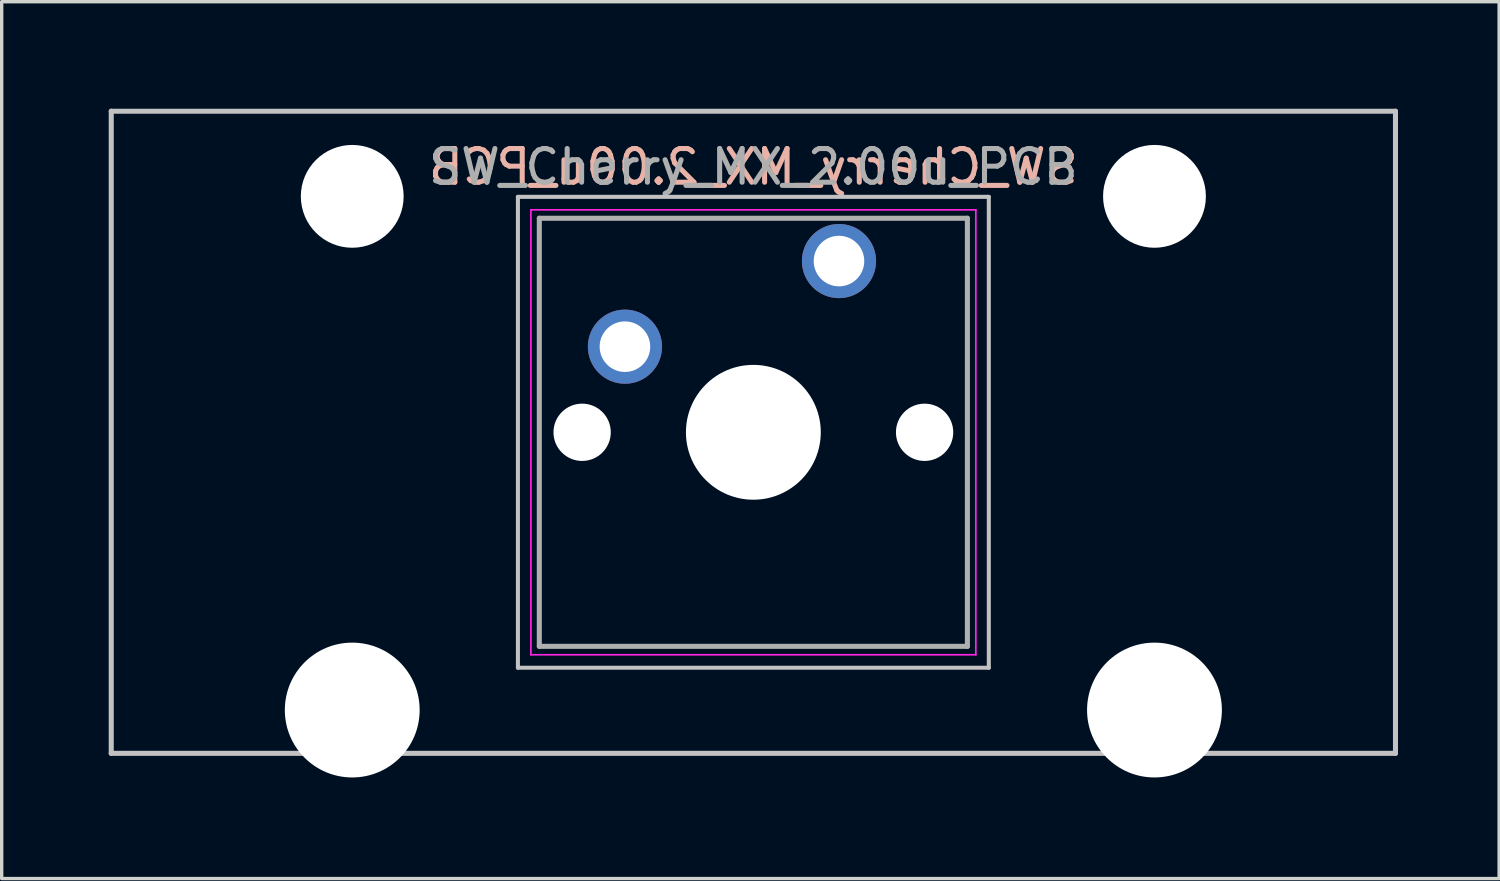
<source format=kicad_pcb>
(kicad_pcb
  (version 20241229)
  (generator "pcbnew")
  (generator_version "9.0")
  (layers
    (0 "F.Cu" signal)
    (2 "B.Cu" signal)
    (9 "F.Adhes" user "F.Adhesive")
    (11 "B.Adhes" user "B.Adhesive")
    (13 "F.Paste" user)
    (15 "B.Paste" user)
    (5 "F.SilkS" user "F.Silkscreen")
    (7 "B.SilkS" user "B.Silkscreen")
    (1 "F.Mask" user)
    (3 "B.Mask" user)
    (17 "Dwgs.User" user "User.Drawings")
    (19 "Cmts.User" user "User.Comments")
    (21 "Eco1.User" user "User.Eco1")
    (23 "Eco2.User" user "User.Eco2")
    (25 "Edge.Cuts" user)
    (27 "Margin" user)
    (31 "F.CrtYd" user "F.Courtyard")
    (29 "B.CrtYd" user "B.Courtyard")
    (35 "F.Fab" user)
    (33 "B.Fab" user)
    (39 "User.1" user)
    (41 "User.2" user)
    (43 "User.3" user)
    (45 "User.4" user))
  (footprint "SW_Cherry_MX_2.00u_PCB"
    (layer "F.Cu")
    (at 0.25 0.25)
    (property "Reference" "SW_Cherry_MX_2.00u_PCB" (at 19.05 1.651 0) (layer "B.SilkS") (effects (font (size 1 1) (thickness 0.15)) (justify mirror)))
    (attr through_hole)
    (fp_line (start 0 0) (end 38.1 0) (stroke (width 0.15) (type solid)) (layer "Dwgs.User"))
    (fp_line (start 0 19.05) (end 0 0) (stroke (width 0.15) (type solid)) (layer "Dwgs.User"))
    (fp_line (start 12.065 2.54) (end 26.035 2.54) (stroke (width 0.12) (type solid)) (layer "Dwgs.User"))
    (fp_line (start 12.065 16.51) (end 12.065 2.54) (stroke (width 0.12) (type solid)) (layer "Dwgs.User"))
    (fp_line (start 26.035 2.54) (end 26.035 16.51) (stroke (width 0.12) (type solid)) (layer "Dwgs.User"))
    (fp_line (start 26.035 16.51) (end 12.065 16.51) (stroke (width 0.12) (type solid)) (layer "Dwgs.User"))
    (fp_line (start 38.1 0) (end 38.1 19.05) (stroke (width 0.15) (type solid)) (layer "Dwgs.User"))
    (fp_line (start 38.1 19.05) (end 0 19.05) (stroke (width 0.15) (type solid)) (layer "Dwgs.User"))
    (fp_line (start 12.45 2.925) (end 25.65 2.925) (stroke (width 0.05) (type solid)) (layer "F.CrtYd"))
    (fp_line (start 12.45 16.125) (end 12.45 2.925) (stroke (width 0.05) (type solid)) (layer "F.CrtYd"))
    (fp_line (start 25.65 2.925) (end 25.65 16.125) (stroke (width 0.05) (type solid)) (layer "F.CrtYd"))
    (fp_line (start 25.65 16.125) (end 12.45 16.125) (stroke (width 0.05) (type solid)) (layer "F.CrtYd"))
    (fp_line (start 12.7 3.175) (end 25.4 3.175) (stroke (width 0.15) (type solid)) (layer "F.Fab"))
    (fp_line (start 12.7 15.875) (end 12.7 3.175) (stroke (width 0.15) (type solid)) (layer "F.Fab"))
    (fp_line (start 25.4 3.175) (end 25.4 15.875) (stroke (width 0.15) (type solid)) (layer "F.Fab"))
    (fp_line (start 25.4 15.875) (end 12.7 15.875) (stroke (width 0.15) (type solid)) (layer "F.Fab"))
    (fp_text user "${REFERENCE}" (at 19.05 1.651 0) (layer "F.Fab") (effects (font (size 1 1) (thickness 0.15))))
    (pad "" np_thru_hole circle (at 7.15 2.525) (size 3.05 3.05) (drill 3.05) (layers "*.Cu" "*.Mask"))
    (pad "" np_thru_hole circle (at 7.15 17.765) (size 4 4) (drill 4) (layers "*.Cu" "*.Mask"))
    (pad "" np_thru_hole circle (at 13.97 9.525) (size 1.7 1.7) (drill 1.7) (layers "*.Cu" "*.Mask"))
    (pad "" np_thru_hole circle (at 19.05 9.525) (size 4 4) (drill 4) (layers "*.Cu" "*.Mask"))
    (pad "" np_thru_hole circle (at 24.13 9.525) (size 1.7 1.7) (drill 1.7) (layers "*.Cu" "*.Mask"))
    (pad "" np_thru_hole circle (at 30.95 2.525) (size 3.05 3.05) (drill 3.05) (layers "*.Cu" "*.Mask"))
    (pad "" np_thru_hole circle (at 30.95 17.765) (size 4 4) (drill 4) (layers "*.Cu" "*.Mask"))
    (pad "1" thru_hole circle (at 21.59 4.445) (size 2.2 2.2) (drill 1.5) (layers "*.Cu" "*.Mask"))
    (pad "2" thru_hole circle (at 15.24 6.985) (size 2.2 2.2) (drill 1.5) (layers "*.Cu" "*.Mask")))
  (gr_rect
    (start -3 -3)
    (end 41.425 23.015)
    (stroke (width 0.1) (type default))
    (fill no)
    (layer "Edge.Cuts")))
</source>
